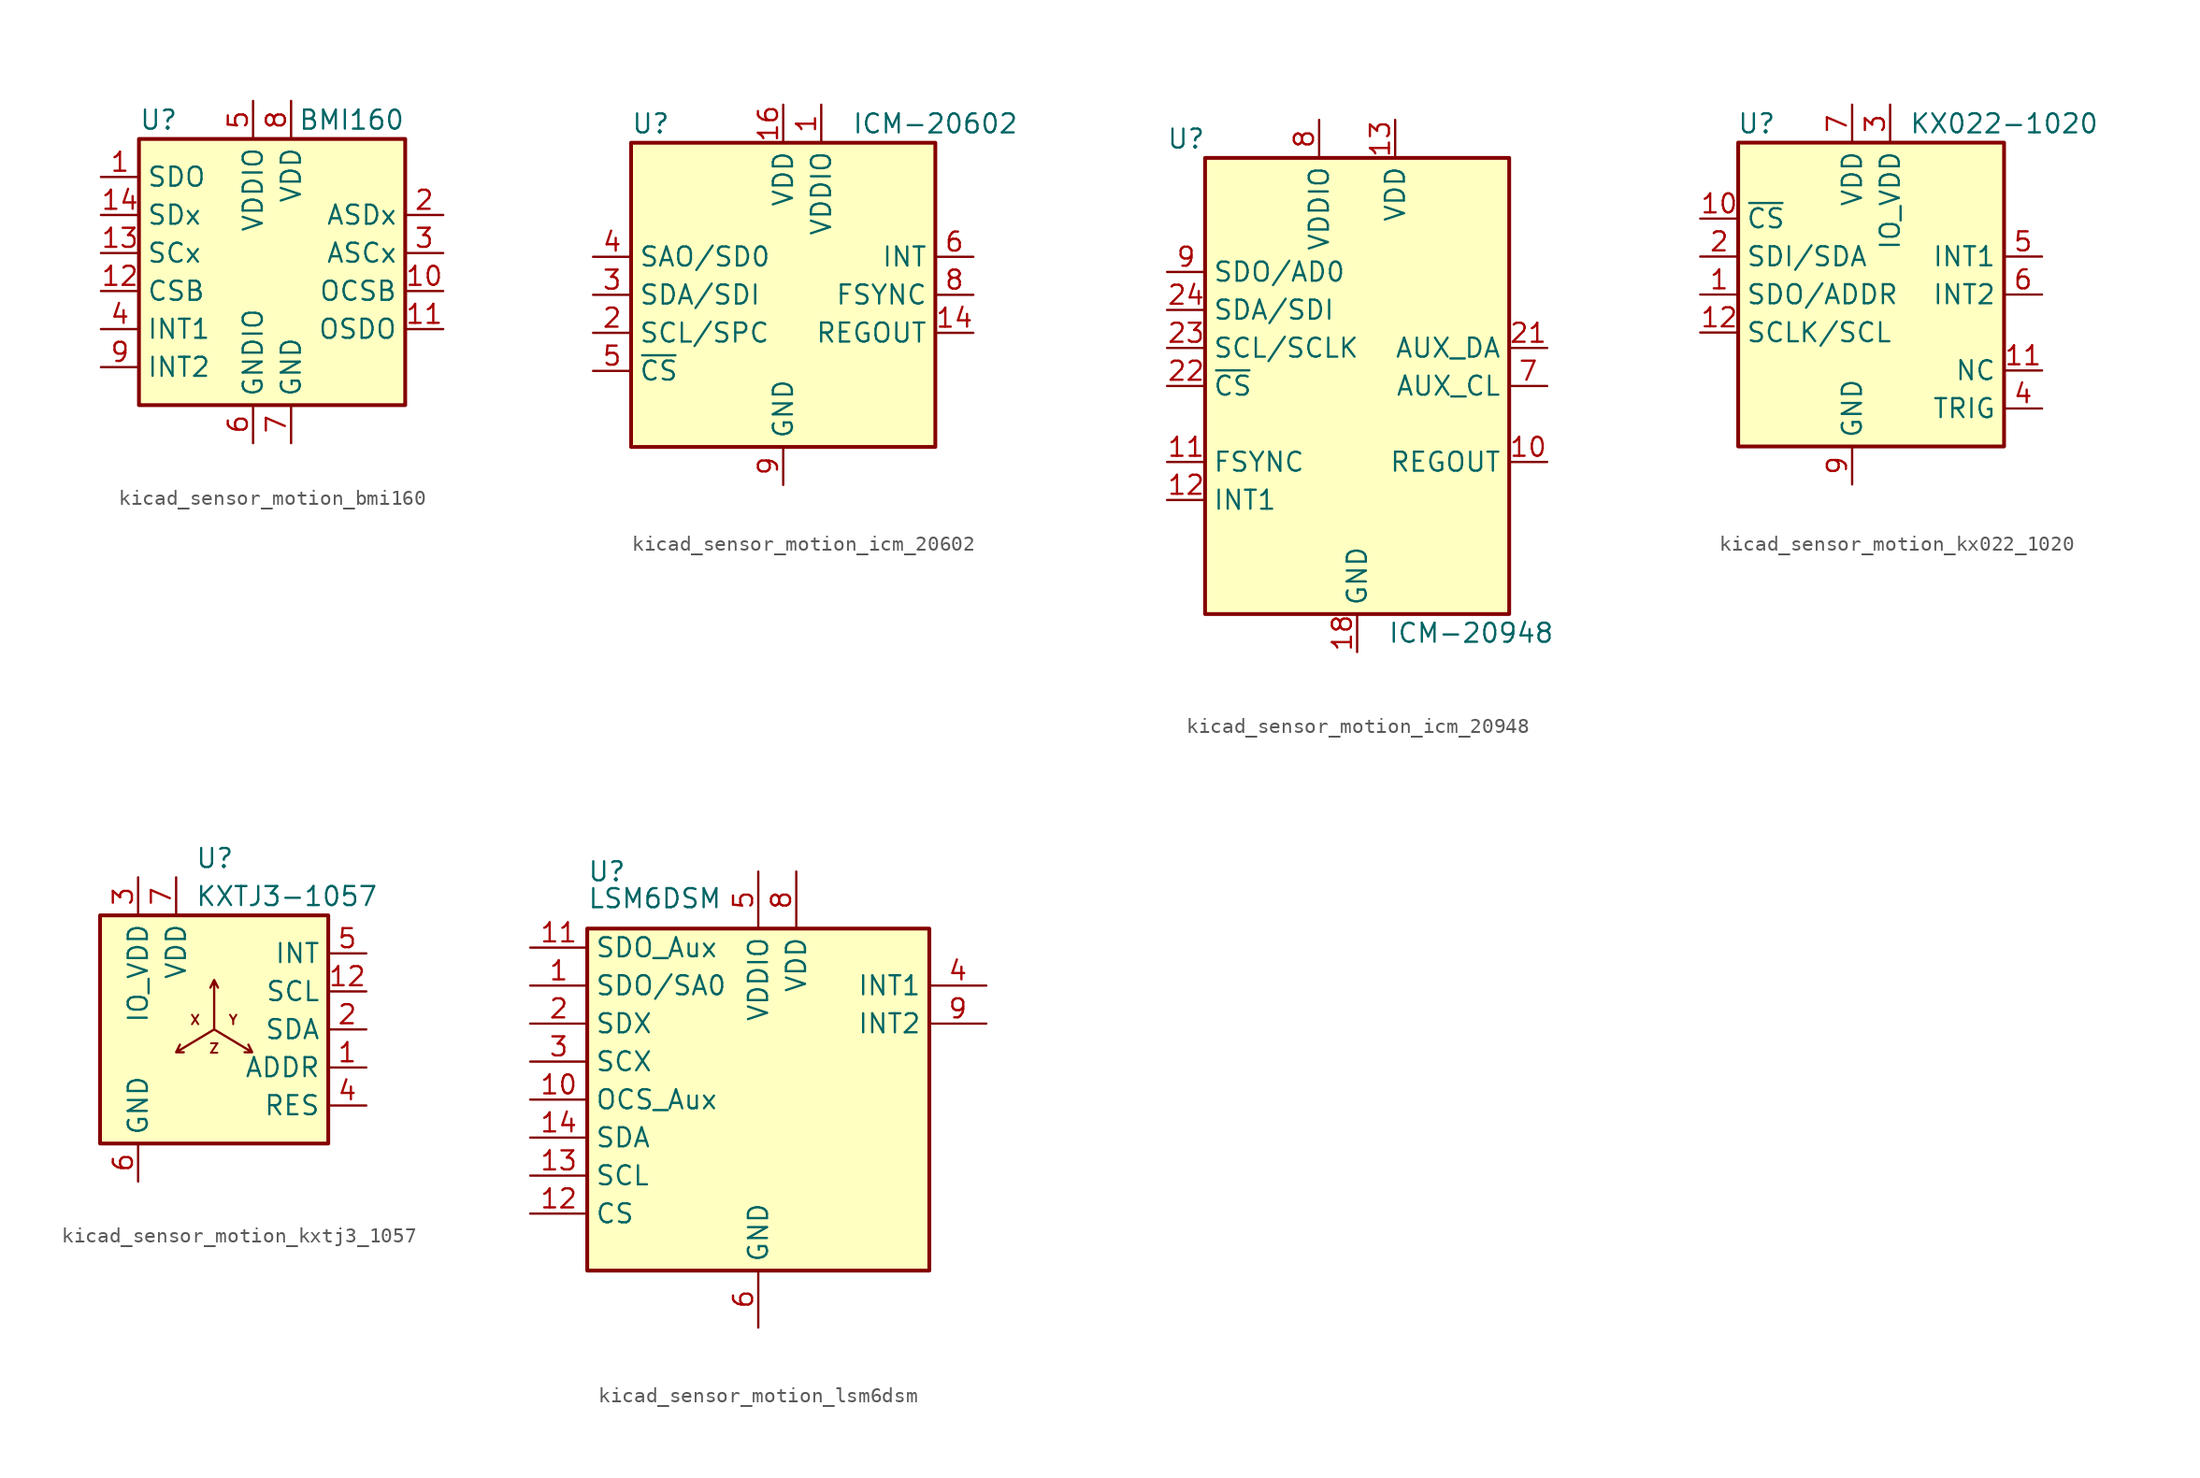
<source format=kicad_sym>
(kicad_symbol_lib
  (version 20220914)
  (generator kicad_symbol_editor)
  (symbol "kicad_sensor_motion_bmi160"
    (property "Reference" "U"
      (at -10.16 8.89 0)
      (effects (font (size 1.27 1.27)) (justify left)))
    (property "Value" "BMI160"
      (at 7.62 8.89 0)
      (effects (font (size 1.27 1.27)) (justify right)))
    (symbol "kicad_sensor_motion_bmi160_1_1"
      (rectangle (start -10.16 7.62) (end 7.62 -10.16) (stroke (width 0.254) (type default)) (fill (type background)))
      (pin bidirectional line (at -12.7 5.08 0) (length 2.54) (name "SDO" (effects (font (size 1.27 1.27)))) (number "1" (effects (font (size 1.27 1.27)))))
      (pin bidirectional line (at 10.16 -2.54 180) (length 2.54) (name "OCSB" (effects (font (size 1.27 1.27)))) (number "10" (effects (font (size 1.27 1.27)))))
      (pin bidirectional line (at 10.16 -5.08 180) (length 2.54) (name "OSDO" (effects (font (size 1.27 1.27)))) (number "11" (effects (font (size 1.27 1.27)))))
      (pin input line (at -12.7 -2.54 0) (length 2.54) (name "CSB" (effects (font (size 1.27 1.27)))) (number "12" (effects (font (size 1.27 1.27)))))
      (pin input line (at -12.7 0 0) (length 2.54) (name "SCx" (effects (font (size 1.27 1.27)))) (number "13" (effects (font (size 1.27 1.27)))))
      (pin bidirectional line (at -12.7 2.54 0) (length 2.54) (name "SDx" (effects (font (size 1.27 1.27)))) (number "14" (effects (font (size 1.27 1.27)))))
      (pin bidirectional line (at 10.16 2.54 180) (length 2.54) (name "ASDx" (effects (font (size 1.27 1.27)))) (number "2" (effects (font (size 1.27 1.27)))))
      (pin output line (at 10.16 0 180) (length 2.54) (name "ASCx" (effects (font (size 1.27 1.27)))) (number "3" (effects (font (size 1.27 1.27)))))
      (pin bidirectional line (at -12.7 -5.08 0) (length 2.54) (name "INT1" (effects (font (size 1.27 1.27)))) (number "4" (effects (font (size 1.27 1.27)))))
      (pin power_in line (at -2.54 10.16 270) (length 2.54) (name "VDDIO" (effects (font (size 1.27 1.27)))) (number "5" (effects (font (size 1.27 1.27)))))
      (pin power_in line (at -2.54 -12.7 90) (length 2.54) (name "GNDIO" (effects (font (size 1.27 1.27)))) (number "6" (effects (font (size 1.27 1.27)))))
      (pin power_in line (at 0 -12.7 90) (length 2.54) (name "GND" (effects (font (size 1.27 1.27)))) (number "7" (effects (font (size 1.27 1.27)))))
      (pin power_in line (at 0 10.16 270) (length 2.54) (name "VDD" (effects (font (size 1.27 1.27)))) (number "8" (effects (font (size 1.27 1.27)))))
      (pin bidirectional line (at -12.7 -7.62 0) (length 2.54) (name "INT2" (effects (font (size 1.27 1.27)))) (number "9" (effects (font (size 1.27 1.27)))))))
  (symbol "kicad_sensor_motion_icm_20602"
    (property "Reference" "U"
      (at -10.16 11.43 0)
      (effects (font (size 1.27 1.27)) (justify left)))
    (property "Value" "ICM-20602"
      (at 10.16 11.43 0)
      (effects (font (size 1.27 1.27))))
    (symbol "kicad_sensor_motion_icm_20602_0_1"
      (rectangle (start -10.16 10.16) (end 10.16 -10.16) (stroke (width 0.254) (type default)) (fill (type background))))
    (symbol "kicad_sensor_motion_icm_20602_1_1"
      (pin power_in line (at 2.54 12.7 270) (length 2.54) (name "VDDIO" (effects (font (size 1.27 1.27)))) (number "1" (effects (font (size 1.27 1.27)))))
      (pin passive line (at 0 -12.7 90) (length 2.54) hide (name "GND" (effects (font (size 1.27 1.27)))) (number "10" (effects (font (size 1.27 1.27)))))
      (pin passive line (at 0 -12.7 90) (length 2.54) hide (name "GND" (effects (font (size 1.27 1.27)))) (number "11" (effects (font (size 1.27 1.27)))))
      (pin passive line (at 0 -12.7 90) (length 2.54) hide (name "GND" (effects (font (size 1.27 1.27)))) (number "12" (effects (font (size 1.27 1.27)))))
      (pin passive line (at 0 -12.7 90) (length 2.54) hide (name "GND" (effects (font (size 1.27 1.27)))) (number "13" (effects (font (size 1.27 1.27)))))
      (pin passive line (at 12.7 -2.54 180) (length 2.54) (name "REGOUT" (effects (font (size 1.27 1.27)))) (number "14" (effects (font (size 1.27 1.27)))))
      (pin passive line (at 0 -12.7 90) (length 2.54) hide (name "GND" (effects (font (size 1.27 1.27)))) (number "15" (effects (font (size 1.27 1.27)))))
      (pin power_in line (at 0 12.7 270) (length 2.54) (name "VDD" (effects (font (size 1.27 1.27)))) (number "16" (effects (font (size 1.27 1.27)))))
      (pin input line (at -12.7 -2.54 0) (length 2.54) (name "SCL/SPC" (effects (font (size 1.27 1.27)))) (number "2" (effects (font (size 1.27 1.27)))))
      (pin bidirectional line (at -12.7 0 0) (length 2.54) (name "SDA/SDI" (effects (font (size 1.27 1.27)))) (number "3" (effects (font (size 1.27 1.27)))))
      (pin bidirectional line (at -12.7 2.54 0) (length 2.54) (name "SAO/SD0" (effects (font (size 1.27 1.27)))) (number "4" (effects (font (size 1.27 1.27)))))
      (pin input line (at -12.7 -5.08 0) (length 2.54) (name "~{CS}" (effects (font (size 1.27 1.27)))) (number "5" (effects (font (size 1.27 1.27)))))
      (pin output line (at 12.7 2.54 180) (length 2.54) (name "INT" (effects (font (size 1.27 1.27)))) (number "6" (effects (font (size 1.27 1.27)))))
      (pin no_connect line (at -10.16 5.08 0) (length 2.54) hide (name "RESV" (effects (font (size 1.27 1.27)))) (number "7" (effects (font (size 1.27 1.27)))))
      (pin input line (at 12.7 0 180) (length 2.54) (name "FSYNC" (effects (font (size 1.27 1.27)))) (number "8" (effects (font (size 1.27 1.27)))))
      (pin power_in line (at 0 -12.7 90) (length 2.54) (name "GND" (effects (font (size 1.27 1.27)))) (number "9" (effects (font (size 1.27 1.27)))))))
  (symbol "kicad_sensor_motion_icm_20948"
    (property "Reference" "U"
      (at -11.43 16.51 0)
      (effects (font (size 1.27 1.27))))
    (property "Value" "ICM-20948"
      (at 7.62 -16.51 0)
      (effects (font (size 1.27 1.27))))
    (symbol "kicad_sensor_motion_icm_20948_0_1"
      (rectangle (start -10.16 15.24) (end 10.16 -15.24) (stroke (width 0.254) (type default)) (fill (type background))))
    (symbol "kicad_sensor_motion_icm_20948_1_1"
      (pin no_connect line (at -10.16 12.7 0) (length 2.54) hide (name "NC" (effects (font (size 1.27 1.27)))) (number "1" (effects (font (size 1.27 1.27)))))
      (pin passive line (at 12.7 -5.08 180) (length 2.54) (name "REGOUT" (effects (font (size 1.27 1.27)))) (number "10" (effects (font (size 1.27 1.27)))))
      (pin input line (at -12.7 -5.08 0) (length 2.54) (name "FSYNC" (effects (font (size 1.27 1.27)))) (number "11" (effects (font (size 1.27 1.27)))))
      (pin output line (at -12.7 -7.62 0) (length 2.54) (name "INT1" (effects (font (size 1.27 1.27)))) (number "12" (effects (font (size 1.27 1.27)))))
      (pin power_in line (at 2.54 17.78 270) (length 2.54) (name "VDD" (effects (font (size 1.27 1.27)))) (number "13" (effects (font (size 1.27 1.27)))))
      (pin no_connect line (at 10.16 7.62 180) (length 2.54) hide (name "NC" (effects (font (size 1.27 1.27)))) (number "14" (effects (font (size 1.27 1.27)))))
      (pin no_connect line (at 10.16 5.08 180) (length 2.54) hide (name "NC" (effects (font (size 1.27 1.27)))) (number "15" (effects (font (size 1.27 1.27)))))
      (pin no_connect line (at 10.16 -7.62 180) (length 2.54) hide (name "NC" (effects (font (size 1.27 1.27)))) (number "16" (effects (font (size 1.27 1.27)))))
      (pin no_connect line (at 10.16 -10.16 180) (length 2.54) hide (name "NC" (effects (font (size 1.27 1.27)))) (number "17" (effects (font (size 1.27 1.27)))))
      (pin power_in line (at 0 -17.78 90) (length 2.54) (name "GND" (effects (font (size 1.27 1.27)))) (number "18" (effects (font (size 1.27 1.27)))))
      (pin no_connect line (at 10.16 -12.7 180) (length 2.54) hide (name "RESV" (effects (font (size 1.27 1.27)))) (number "19" (effects (font (size 1.27 1.27)))))
      (pin no_connect line (at -10.16 10.16 0) (length 2.54) hide (name "NC" (effects (font (size 1.27 1.27)))) (number "2" (effects (font (size 1.27 1.27)))))
      (pin passive line (at 0 -17.78 90) (length 2.54) hide (name "GND" (effects (font (size 1.27 1.27)))) (number "20" (effects (font (size 1.27 1.27)))))
      (pin bidirectional line (at 12.7 2.54 180) (length 2.54) (name "AUX_DA" (effects (font (size 1.27 1.27)))) (number "21" (effects (font (size 1.27 1.27)))))
      (pin input line (at -12.7 0 0) (length 2.54) (name "~{CS}" (effects (font (size 1.27 1.27)))) (number "22" (effects (font (size 1.27 1.27)))))
      (pin input line (at -12.7 2.54 0) (length 2.54) (name "SCL/SCLK" (effects (font (size 1.27 1.27)))) (number "23" (effects (font (size 1.27 1.27)))))
      (pin bidirectional line (at -12.7 5.08 0) (length 2.54) (name "SDA/SDI" (effects (font (size 1.27 1.27)))) (number "24" (effects (font (size 1.27 1.27)))))
      (pin no_connect line (at -10.16 -2.54 0) (length 2.54) hide (name "NC" (effects (font (size 1.27 1.27)))) (number "3" (effects (font (size 1.27 1.27)))))
      (pin no_connect line (at -10.16 -10.16 0) (length 2.54) hide (name "NC" (effects (font (size 1.27 1.27)))) (number "4" (effects (font (size 1.27 1.27)))))
      (pin no_connect line (at -10.16 -12.7 0) (length 2.54) hide (name "NC" (effects (font (size 1.27 1.27)))) (number "5" (effects (font (size 1.27 1.27)))))
      (pin no_connect line (at 10.16 10.16 180) (length 2.54) hide (name "NC" (effects (font (size 1.27 1.27)))) (number "6" (effects (font (size 1.27 1.27)))))
      (pin output line (at 12.7 0 180) (length 2.54) (name "AUX_CL" (effects (font (size 1.27 1.27)))) (number "7" (effects (font (size 1.27 1.27)))))
      (pin power_in line (at -2.54 17.78 270) (length 2.54) (name "VDDIO" (effects (font (size 1.27 1.27)))) (number "8" (effects (font (size 1.27 1.27)))))
      (pin bidirectional line (at -12.7 7.62 0) (length 2.54) (name "SDO/AD0" (effects (font (size 1.27 1.27)))) (number "9" (effects (font (size 1.27 1.27)))))))
  (symbol "kicad_sensor_motion_kx022_1020"
    (property "Reference" "U"
      (at -5.08 11.43 0)
      (effects (font (size 1.27 1.27)) (justify right)))
    (property "Value" "KX022-1020"
      (at 3.81 11.43 0)
      (effects (font (size 1.27 1.27)) (justify left)))
    (symbol "kicad_sensor_motion_kx022_1020_0_1"
      (rectangle (start -7.62 10.16) (end 10.16 -10.16) (stroke (width 0.254) (type default)) (fill (type background))))
    (symbol "kicad_sensor_motion_kx022_1020_1_1"
      (pin bidirectional line (at -10.16 0 0) (length 2.54) (name "SDO/ADDR" (effects (font (size 1.27 1.27)))) (number "1" (effects (font (size 1.27 1.27)))))
      (pin input line (at -10.16 5.08 0) (length 2.54) (name "~{CS}" (effects (font (size 1.27 1.27)))) (number "10" (effects (font (size 1.27 1.27)))))
      (pin passive line (at 12.7 -5.08 180) (length 2.54) (name "NC" (effects (font (size 1.27 1.27)))) (number "11" (effects (font (size 1.27 1.27)))))
      (pin input line (at -10.16 -2.54 0) (length 2.54) (name "SCLK/SCL" (effects (font (size 1.27 1.27)))) (number "12" (effects (font (size 1.27 1.27)))))
      (pin bidirectional line (at -10.16 2.54 0) (length 2.54) (name "SDI/SDA" (effects (font (size 1.27 1.27)))) (number "2" (effects (font (size 1.27 1.27)))))
      (pin power_in line (at 2.54 12.7 270) (length 2.54) (name "IO_VDD" (effects (font (size 1.27 1.27)))) (number "3" (effects (font (size 1.27 1.27)))))
      (pin input line (at 12.7 -7.62 180) (length 2.54) (name "TRIG" (effects (font (size 1.27 1.27)))) (number "4" (effects (font (size 1.27 1.27)))))
      (pin output line (at 12.7 2.54 180) (length 2.54) (name "INT1" (effects (font (size 1.27 1.27)))) (number "5" (effects (font (size 1.27 1.27)))))
      (pin output line (at 12.7 0 180) (length 2.54) (name "INT2" (effects (font (size 1.27 1.27)))) (number "6" (effects (font (size 1.27 1.27)))))
      (pin power_in line (at 0 12.7 270) (length 2.54) (name "VDD" (effects (font (size 1.27 1.27)))) (number "7" (effects (font (size 1.27 1.27)))))
      (pin power_in line (at 0 -12.7 90) (length 2.54) (name "GND" (effects (font (size 1.27 1.27)))) (number "9" (effects (font (size 1.27 1.27)))))))
  (symbol "kicad_sensor_motion_kxtj3_1057"
    (property "Reference" "U"
      (at -1.27 11.43 0)
      (effects (font (size 1.27 1.27)) (justify left)))
    (property "Value" "KXTJ3-1057"
      (at -1.27 8.89 0)
      (effects (font (size 1.27 1.27)) (justify left)))
    (symbol "kicad_sensor_motion_kxtj3_1057_0_0"
      (text "X" (at -1.27 0.635 0) (effects (font (size 0.635 0.635) bold)))
      (text "Y" (at 1.27 0.635 0) (effects (font (size 0.635 0.635) bold)))
      (text "Z" (at 0 -1.27 0) (effects (font (size 0.635 0.635) bold))))
    (symbol "kicad_sensor_motion_kxtj3_1057_0_1"
      (rectangle (start -7.62 7.62) (end 7.62 -7.62) (stroke (width 0.254) (type default)) (fill (type background)))
      (polyline (pts (xy 0 0) (xy 0 3.302) (xy 0.254 2.794) (xy 0 3.302) (xy -0.254 2.794) (xy 0 3.302) (xy 0 0) (xy 2.54 -1.524) (xy 2.286 -1.016) (xy 2.54 -1.524) (xy 2.032 -1.524) (xy 2.54 -1.524) (xy 0 0) (xy -2.54 -1.524) (xy -2.286 -1.016) (xy -2.54 -1.524) (xy -2.032 -1.524)) (stroke (width 0) (type default)) (fill (type none))))
    (symbol "kicad_sensor_motion_kxtj3_1057_1_1"
      (pin input line (at 10.16 -2.54 180) (length 2.54) (name "ADDR" (effects (font (size 1.27 1.27)))) (number "1" (effects (font (size 1.27 1.27)))))
      (pin passive line (at -2.54 10.16 270) (length 2.54) hide (name "VDD" (effects (font (size 1.27 1.27)))) (number "10" (effects (font (size 1.27 1.27)))))
      (pin passive line (at -5.08 10.16 270) (length 2.54) hide (name "IO_VDD" (effects (font (size 1.27 1.27)))) (number "11" (effects (font (size 1.27 1.27)))))
      (pin input line (at 10.16 2.54 180) (length 2.54) (name "SCL" (effects (font (size 1.27 1.27)))) (number "12" (effects (font (size 1.27 1.27)))))
      (pin bidirectional line (at 10.16 0 180) (length 2.54) (name "SDA" (effects (font (size 1.27 1.27)))) (number "2" (effects (font (size 1.27 1.27)))))
      (pin power_in line (at -5.08 10.16 270) (length 2.54) (name "IO_VDD" (effects (font (size 1.27 1.27)))) (number "3" (effects (font (size 1.27 1.27)))))
      (pin passive line (at 10.16 -5.08 180) (length 2.54) (name "RES" (effects (font (size 1.27 1.27)))) (number "4" (effects (font (size 1.27 1.27)))))
      (pin output line (at 10.16 5.08 180) (length 2.54) (name "INT" (effects (font (size 1.27 1.27)))) (number "5" (effects (font (size 1.27 1.27)))))
      (pin power_in line (at -5.08 -10.16 90) (length 2.54) (name "GND" (effects (font (size 1.27 1.27)))) (number "6" (effects (font (size 1.27 1.27)))))
      (pin power_in line (at -2.54 10.16 270) (length 2.54) (name "VDD" (effects (font (size 1.27 1.27)))) (number "7" (effects (font (size 1.27 1.27)))))
      (pin passive line (at -5.08 -10.16 90) (length 2.54) hide (name "GND" (effects (font (size 1.27 1.27)))) (number "8" (effects (font (size 1.27 1.27)))))
      (pin passive line (at -5.08 -10.16 90) (length 2.54) hide (name "GND" (effects (font (size 1.27 1.27)))) (number "9" (effects (font (size 1.27 1.27)))))))
  (symbol "kicad_sensor_motion_lsm6dsm"
    (property "Reference" "U"
      (at -11.43 15.24 0)
      (effects (font (size 1.27 1.27)) (justify left)))
    (property "Value" "LSM6DSM"
      (at -11.43 12.7 0)
      (effects (font (size 1.27 1.27)) (justify left bottom)))
    (symbol "kicad_sensor_motion_lsm6dsm_0_1"
      (rectangle (start 11.43 11.43) (end -11.43 -11.43) (stroke (width 0.254) (type default)) (fill (type background))))
    (symbol "kicad_sensor_motion_lsm6dsm_1_1"
      (pin bidirectional line (at -15.24 7.62 0) (length 3.81) (name "SDO/SA0" (effects (font (size 1.27 1.27)))) (number "1" (effects (font (size 1.27 1.27)))))
      (pin passive line (at -15.24 0 0) (length 3.81) (name "OCS_Aux" (effects (font (size 1.27 1.27)))) (number "10" (effects (font (size 1.27 1.27)))))
      (pin bidirectional line (at -15.24 10.16 0) (length 3.81) (name "SDO_Aux" (effects (font (size 1.27 1.27)))) (number "11" (effects (font (size 1.27 1.27)))))
      (pin input line (at -15.24 -7.62 0) (length 3.81) (name "CS" (effects (font (size 1.27 1.27)))) (number "12" (effects (font (size 1.27 1.27)))))
      (pin input line (at -15.24 -5.08 0) (length 3.81) (name "SCL" (effects (font (size 1.27 1.27)))) (number "13" (effects (font (size 1.27 1.27)))))
      (pin bidirectional line (at -15.24 -2.54 0) (length 3.81) (name "SDA" (effects (font (size 1.27 1.27)))) (number "14" (effects (font (size 1.27 1.27)))))
      (pin bidirectional line (at -15.24 5.08 0) (length 3.81) (name "SDX" (effects (font (size 1.27 1.27)))) (number "2" (effects (font (size 1.27 1.27)))))
      (pin input line (at -15.24 2.54 0) (length 3.81) (name "SCX" (effects (font (size 1.27 1.27)))) (number "3" (effects (font (size 1.27 1.27)))))
      (pin output line (at 15.24 7.62 180) (length 3.81) (name "INT1" (effects (font (size 1.27 1.27)))) (number "4" (effects (font (size 1.27 1.27)))))
      (pin power_in line (at 0 15.24 270) (length 3.81) (name "VDDIO" (effects (font (size 1.27 1.27)))) (number "5" (effects (font (size 1.27 1.27)))))
      (pin power_in line (at 0 -15.24 90) (length 3.81) (name "GND" (effects (font (size 1.27 1.27)))) (number "6" (effects (font (size 1.27 1.27)))))
      (pin passive line (at 0 -15.24 90) (length 3.81) hide (name "GND" (effects (font (size 1.27 1.27)))) (number "7" (effects (font (size 1.27 1.27)))))
      (pin power_in line (at 2.54 15.24 270) (length 3.81) (name "VDD" (effects (font (size 1.27 1.27)))) (number "8" (effects (font (size 1.27 1.27)))))
      (pin output line (at 15.24 5.08 180) (length 3.81) (name "INT2" (effects (font (size 1.27 1.27)))) (number "9" (effects (font (size 1.27 1.27))))))))
</source>
